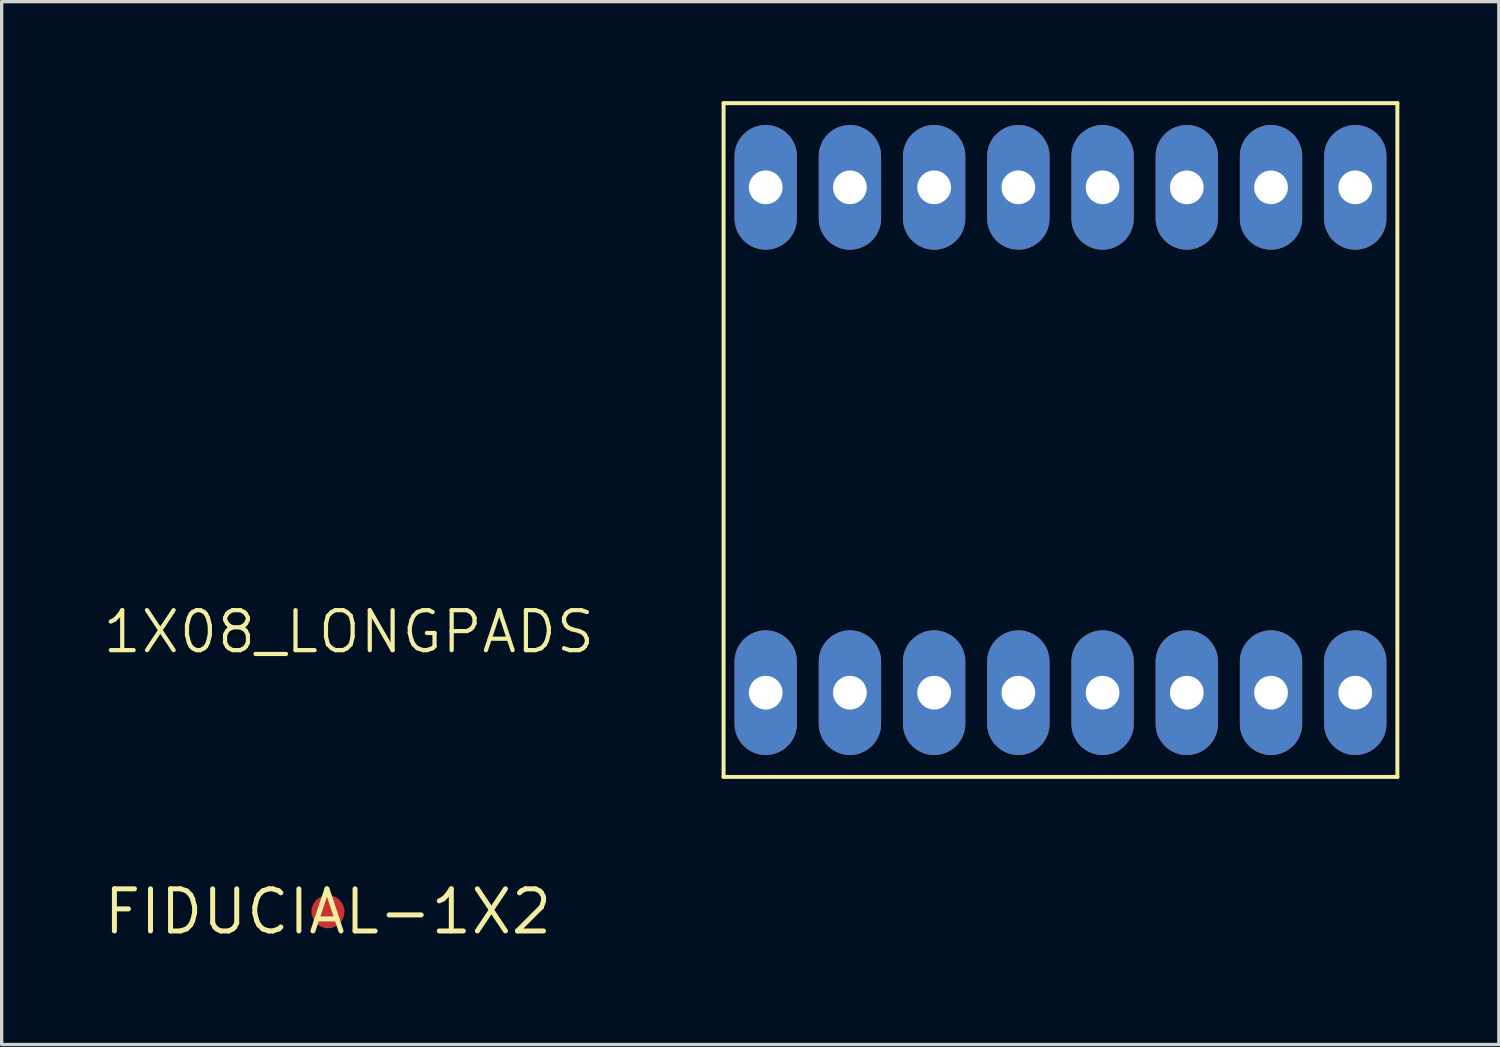
<source format=kicad_pcb>
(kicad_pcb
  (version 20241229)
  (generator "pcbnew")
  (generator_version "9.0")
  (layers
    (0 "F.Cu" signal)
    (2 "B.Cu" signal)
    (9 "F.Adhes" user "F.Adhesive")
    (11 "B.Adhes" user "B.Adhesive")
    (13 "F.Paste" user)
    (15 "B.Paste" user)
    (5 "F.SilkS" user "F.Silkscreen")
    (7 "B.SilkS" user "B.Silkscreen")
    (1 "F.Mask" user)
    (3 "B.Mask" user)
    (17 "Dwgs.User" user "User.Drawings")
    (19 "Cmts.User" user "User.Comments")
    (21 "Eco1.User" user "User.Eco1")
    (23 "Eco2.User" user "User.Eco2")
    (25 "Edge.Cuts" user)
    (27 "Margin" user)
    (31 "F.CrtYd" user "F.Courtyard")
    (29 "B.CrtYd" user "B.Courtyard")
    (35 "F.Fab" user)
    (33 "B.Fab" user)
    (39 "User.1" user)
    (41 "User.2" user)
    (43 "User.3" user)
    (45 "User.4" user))
  (footprint "1X08_LONGPADS"
    (layer "F.Cu")
    (at 18.772 8.95)
    (property "Reference" "1X08_LONGPADS" (at -3.81 6.35 0) (layer "F.SilkS") (effects (font (size 1.206 1.206) (thickness 0.127)) (justify right top)))
    (attr through_hole)
    (fp_line (start 0 -8.89) (end 0 11.43) (stroke (width 0.12) (type solid)) (layer "F.SilkS"))
    (fp_line (start 0 11.43) (end 20.32 11.43) (stroke (width 0.12) (type solid)) (layer "F.SilkS"))
    (fp_line (start 20.32 -8.89) (end 0 -8.89) (stroke (width 0.12) (type solid)) (layer "F.SilkS"))
    (fp_line (start 20.32 11.43) (end 20.32 -8.89) (stroke (width 0.12) (type solid)) (layer "F.SilkS"))
    (pad "1" thru_hole oval (at 1.27 -6.35 90) (size 3.759 1.88) (drill 1.016) (layers "*.Cu" "*.Mask"))
    (pad "1" thru_hole oval (at 1.27 8.89 90) (size 3.759 1.88) (drill 1.016) (layers "*.Cu" "*.Mask"))
    (pad "2" thru_hole oval (at 3.81 -6.35 90) (size 3.759 1.88) (drill 1.016) (layers "*.Cu" "*.Mask"))
    (pad "2" thru_hole oval (at 3.81 8.89 90) (size 3.759 1.88) (drill 1.016) (layers "*.Cu" "*.Mask"))
    (pad "3" thru_hole oval (at 6.35 -6.35 90) (size 3.759 1.88) (drill 1.016) (layers "*.Cu" "*.Mask"))
    (pad "3" thru_hole oval (at 6.35 8.89 90) (size 3.759 1.88) (drill 1.016) (layers "*.Cu" "*.Mask"))
    (pad "4" thru_hole oval (at 8.89 -6.35 90) (size 3.759 1.88) (drill 1.016) (layers "*.Cu" "*.Mask"))
    (pad "4" thru_hole oval (at 8.89 8.89 90) (size 3.759 1.88) (drill 1.016) (layers "*.Cu" "*.Mask"))
    (pad "5" thru_hole oval (at 11.43 -6.35 90) (size 3.759 1.88) (drill 1.016) (layers "*.Cu" "*.Mask"))
    (pad "5" thru_hole oval (at 11.43 8.89 90) (size 3.759 1.88) (drill 1.016) (layers "*.Cu" "*.Mask"))
    (pad "6" thru_hole oval (at 13.97 -6.35 90) (size 3.759 1.88) (drill 1.016) (layers "*.Cu" "*.Mask"))
    (pad "6" thru_hole oval (at 13.97 8.89 90) (size 3.759 1.88) (drill 1.016) (layers "*.Cu" "*.Mask"))
    (pad "7" thru_hole oval (at 16.51 -6.35 90) (size 3.759 1.88) (drill 1.016) (layers "*.Cu" "*.Mask"))
    (pad "7" thru_hole oval (at 16.51 8.89 90) (size 3.759 1.88) (drill 1.016) (layers "*.Cu" "*.Mask"))
    (pad "8" thru_hole oval (at 19.05 -6.35 90) (size 3.759 1.88) (drill 1.016) (layers "*.Cu" "*.Mask"))
    (pad "8" thru_hole oval (at 19.05 8.89 90) (size 3.759 1.88) (drill 1.016) (layers "*.Cu" "*.Mask")))
  (footprint "FIDUCIAL-1X2"
    (layer "F.Cu")
    (at 6.841 24.446)
    (property "Reference" "FIDUCIAL-1X2" (at 0 0 0) (layer "F.SilkS") (effects (font (size 1.27 1.27) (thickness 0.15))))
    (attr through_hole)
    (pad "1" smd roundrect (at 0 0) (size 1 1) (layers "F.Cu" "F.Mask") (roundrect_rratio 0.5)))
  (gr_rect
    (start -3 -3)
    (end 42.152 28.452)
    (stroke (width 0.1) (type default))
    (fill no)
    (layer "Edge.Cuts")))
</source>
